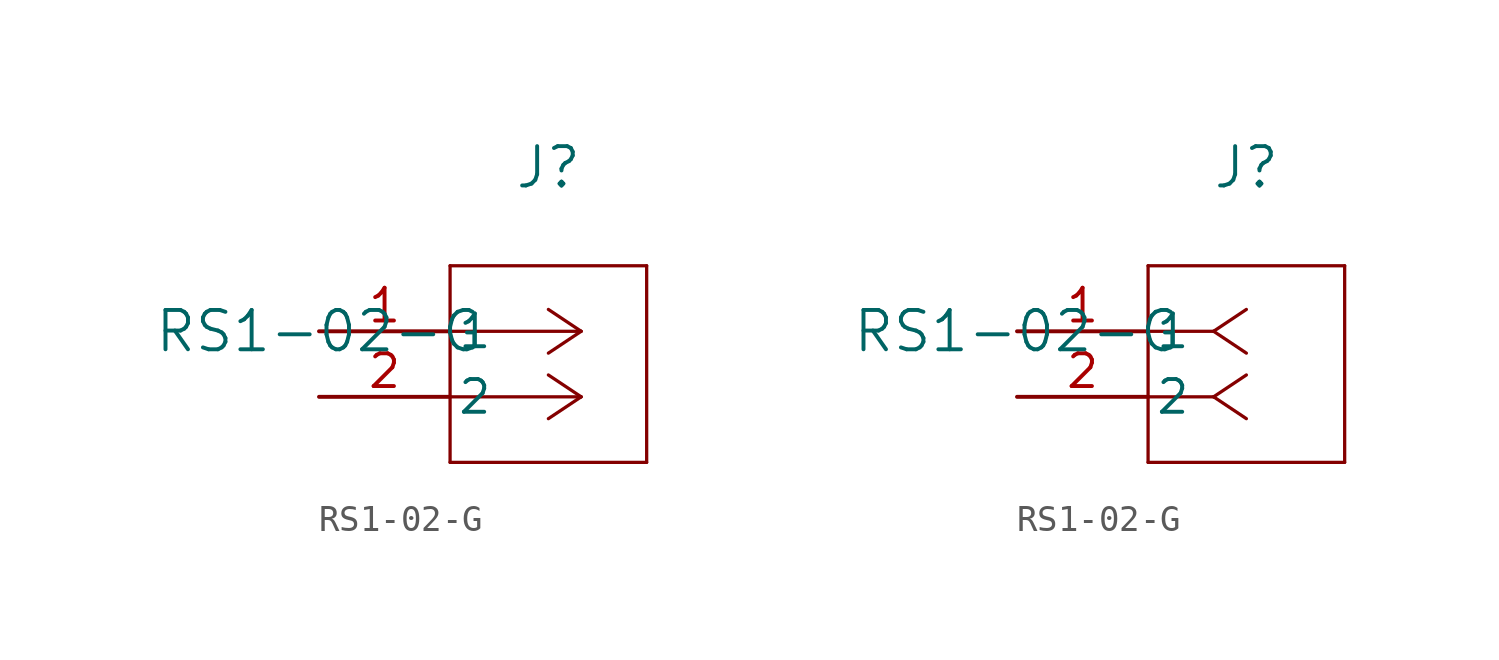
<source format=kicad_sym>
(kicad_symbol_lib
  (version 20211014)
  (generator kicad_symbol_editor)
  (symbol "RS1-02-G"
    (pin_names
      (offset 0.254))
    (property "Reference" "J"
      (at 8.89 6.35 0)
      (effects (font (size 1.524 1.524))))
    (property "Value" "RS1-02-G"
      (at 0 0 0)
      (effects (font (size 1.524 1.524))))
    (symbol "RS1-02-G_1_1"
      (polyline (pts (xy 10.16 0) (xy 5.08 0)) (stroke (width 0.127) (type default) (color 0 0 0 0)) (fill (type none)))
      (polyline (pts (xy 10.16 -2.54) (xy 5.08 -2.54)) (stroke (width 0.127) (type default) (color 0 0 0 0)) (fill (type none)))
      (polyline (pts (xy 10.16 0) (xy 8.89 0.847)) (stroke (width 0.127) (type default) (color 0 0 0 0)) (fill (type none)))
      (polyline (pts (xy 10.16 -2.54) (xy 8.89 -1.693)) (stroke (width 0.127) (type default) (color 0 0 0 0)) (fill (type none)))
      (polyline (pts (xy 10.16 0) (xy 8.89 -0.847)) (stroke (width 0.127) (type default) (color 0 0 0 0)) (fill (type none)))
      (polyline (pts (xy 10.16 -2.54) (xy 8.89 -3.387)) (stroke (width 0.127) (type default) (color 0 0 0 0)) (fill (type none)))
      (polyline (pts (xy 5.08 2.54) (xy 5.08 -5.08)) (stroke (width 0.127) (type default) (color 0 0 0 0)) (fill (type none)))
      (polyline (pts (xy 5.08 -5.08) (xy 12.7 -5.08)) (stroke (width 0.127) (type default) (color 0 0 0 0)) (fill (type none)))
      (polyline (pts (xy 12.7 -5.08) (xy 12.7 2.54)) (stroke (width 0.127) (type default) (color 0 0 0 0)) (fill (type none)))
      (polyline (pts (xy 12.7 2.54) (xy 5.08 2.54)) (stroke (width 0.127) (type default) (color 0 0 0 0)) (fill (type none)))
      (pin unspecified line (at 0 0 0) (length 5.08) (name "1" (effects (font (size 1.27 1.27)))) (number "1" (effects (font (size 1.27 1.27)))))
      (pin unspecified line (at 0 -2.54 0) (length 5.08) (name "2" (effects (font (size 1.27 1.27)))) (number "2" (effects (font (size 1.27 1.27))))))
    (symbol "RS1-02-G_1_2"
      (polyline (pts (xy 7.62 0) (xy 5.08 0)) (stroke (width 0.127) (type default) (color 0 0 0 0)) (fill (type none)))
      (polyline (pts (xy 7.62 -2.54) (xy 5.08 -2.54)) (stroke (width 0.127) (type default) (color 0 0 0 0)) (fill (type none)))
      (polyline (pts (xy 7.62 0) (xy 8.89 0.847)) (stroke (width 0.127) (type default) (color 0 0 0 0)) (fill (type none)))
      (polyline (pts (xy 7.62 -2.54) (xy 8.89 -1.693)) (stroke (width 0.127) (type default) (color 0 0 0 0)) (fill (type none)))
      (polyline (pts (xy 7.62 0) (xy 8.89 -0.847)) (stroke (width 0.127) (type default) (color 0 0 0 0)) (fill (type none)))
      (polyline (pts (xy 7.62 -2.54) (xy 8.89 -3.387)) (stroke (width 0.127) (type default) (color 0 0 0 0)) (fill (type none)))
      (polyline (pts (xy 5.08 2.54) (xy 5.08 -5.08)) (stroke (width 0.127) (type default) (color 0 0 0 0)) (fill (type none)))
      (polyline (pts (xy 5.08 -5.08) (xy 12.7 -5.08)) (stroke (width 0.127) (type default) (color 0 0 0 0)) (fill (type none)))
      (polyline (pts (xy 12.7 -5.08) (xy 12.7 2.54)) (stroke (width 0.127) (type default) (color 0 0 0 0)) (fill (type none)))
      (polyline (pts (xy 12.7 2.54) (xy 5.08 2.54)) (stroke (width 0.127) (type default) (color 0 0 0 0)) (fill (type none)))
      (pin unspecified line (at 0 0 0) (length 5.08) (name "1" (effects (font (size 1.27 1.27)))) (number "1" (effects (font (size 1.27 1.27)))))
      (pin unspecified line (at 0 -2.54 0) (length 5.08) (name "2" (effects (font (size 1.27 1.27)))) (number "2" (effects (font (size 1.27 1.27))))))))
</source>
